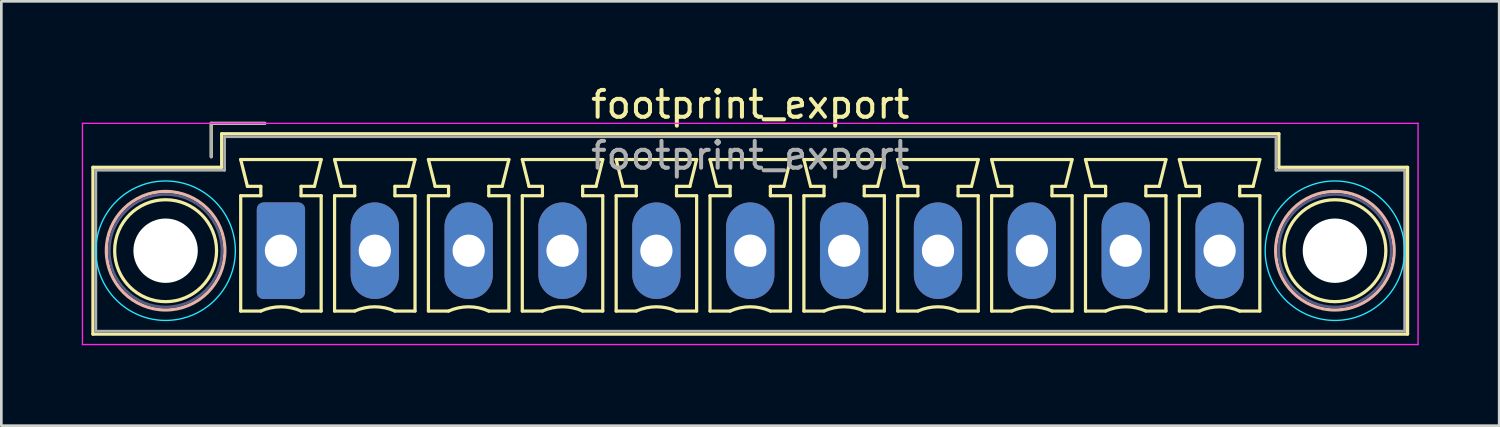
<source format=kicad_pcb>
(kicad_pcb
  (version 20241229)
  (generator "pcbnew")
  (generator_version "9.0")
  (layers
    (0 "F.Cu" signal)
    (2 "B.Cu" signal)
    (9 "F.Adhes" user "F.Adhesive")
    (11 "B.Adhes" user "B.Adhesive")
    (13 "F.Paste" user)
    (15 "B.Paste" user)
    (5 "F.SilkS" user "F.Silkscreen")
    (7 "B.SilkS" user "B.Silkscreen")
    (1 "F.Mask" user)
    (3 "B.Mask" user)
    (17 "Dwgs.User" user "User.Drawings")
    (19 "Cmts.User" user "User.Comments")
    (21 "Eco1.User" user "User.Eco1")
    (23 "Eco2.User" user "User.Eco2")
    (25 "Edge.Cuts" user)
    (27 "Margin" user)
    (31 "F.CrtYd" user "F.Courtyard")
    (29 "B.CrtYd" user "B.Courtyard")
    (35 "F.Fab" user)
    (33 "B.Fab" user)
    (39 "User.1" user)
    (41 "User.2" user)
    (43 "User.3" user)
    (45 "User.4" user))
  (footprint "footprint_export"
    (layer "F.Cu")
    (at 7.425 6.298)
    (property "Reference" "footprint_export" (at 17.5 -5.45 0) (layer "F.SilkS") (effects (font (size 1 1) (thickness 0.15))))
    (attr through_hole)
    (fp_line (start -7.01 -3.11) (end -7.01 3.11) (stroke (width 0.12) (type solid)) (layer "F.SilkS"))
    (fp_line (start -7.01 3.11) (end 42.01 3.11) (stroke (width 0.12) (type solid)) (layer "F.SilkS"))
    (fp_line (start -2.6 -4.75) (end -0.6 -4.75) (stroke (width 0.12) (type solid)) (layer "F.SilkS"))
    (fp_line (start -2.6 -3.5) (end -2.6 -4.75) (stroke (width 0.12) (type solid)) (layer "F.SilkS"))
    (fp_line (start -2.21 -4.36) (end -2.21 -3.11) (stroke (width 0.12) (type solid)) (layer "F.SilkS"))
    (fp_line (start -2.21 -3.11) (end -7.01 -3.11) (stroke (width 0.12) (type solid)) (layer "F.SilkS"))
    (fp_line (start -1.5 -3.4) (end 1.5 -3.4) (stroke (width 0.12) (type solid)) (layer "F.SilkS"))
    (fp_line (start -1.5 -2.05) (end -0.75 -2.05) (stroke (width 0.12) (type solid)) (layer "F.SilkS"))
    (fp_line (start -1.5 2.25) (end -1.5 -2.05) (stroke (width 0.12) (type solid)) (layer "F.SilkS"))
    (fp_line (start -1.25 -2.4) (end -1.5 -3.4) (stroke (width 0.12) (type solid)) (layer "F.SilkS"))
    (fp_line (start -0.75 -2.4) (end -1.25 -2.4) (stroke (width 0.12) (type solid)) (layer "F.SilkS"))
    (fp_line (start -0.75 -2.05) (end -0.75 -2.4) (stroke (width 0.12) (type solid)) (layer "F.SilkS"))
    (fp_line (start -0.75 2.25) (end -1.5 2.25) (stroke (width 0.12) (type solid)) (layer "F.SilkS"))
    (fp_line (start 0.75 -2.4) (end 0.75 -2.05) (stroke (width 0.12) (type solid)) (layer "F.SilkS"))
    (fp_line (start 0.75 -2.05) (end 1.5 -2.05) (stroke (width 0.12) (type solid)) (layer "F.SilkS"))
    (fp_line (start 1.25 -2.4) (end 0.75 -2.4) (stroke (width 0.12) (type solid)) (layer "F.SilkS"))
    (fp_line (start 1.5 -3.4) (end 1.25 -2.4) (stroke (width 0.12) (type solid)) (layer "F.SilkS"))
    (fp_line (start 1.5 -2.05) (end 1.5 2.25) (stroke (width 0.12) (type solid)) (layer "F.SilkS"))
    (fp_line (start 1.5 2.25) (end 0.75 2.25) (stroke (width 0.12) (type solid)) (layer "F.SilkS"))
    (fp_line (start 2 -3.4) (end 5 -3.4) (stroke (width 0.12) (type solid)) (layer "F.SilkS"))
    (fp_line (start 2 -2.05) (end 2.75 -2.05) (stroke (width 0.12) (type solid)) (layer "F.SilkS"))
    (fp_line (start 2 2.25) (end 2 -2.05) (stroke (width 0.12) (type solid)) (layer "F.SilkS"))
    (fp_line (start 2.25 -2.4) (end 2 -3.4) (stroke (width 0.12) (type solid)) (layer "F.SilkS"))
    (fp_line (start 2.75 -2.4) (end 2.25 -2.4) (stroke (width 0.12) (type solid)) (layer "F.SilkS"))
    (fp_line (start 2.75 -2.05) (end 2.75 -2.4) (stroke (width 0.12) (type solid)) (layer "F.SilkS"))
    (fp_line (start 2.75 2.25) (end 2 2.25) (stroke (width 0.12) (type solid)) (layer "F.SilkS"))
    (fp_line (start 4.25 -2.4) (end 4.25 -2.05) (stroke (width 0.12) (type solid)) (layer "F.SilkS"))
    (fp_line (start 4.25 -2.05) (end 5 -2.05) (stroke (width 0.12) (type solid)) (layer "F.SilkS"))
    (fp_line (start 4.75 -2.4) (end 4.25 -2.4) (stroke (width 0.12) (type solid)) (layer "F.SilkS"))
    (fp_line (start 5 -3.4) (end 4.75 -2.4) (stroke (width 0.12) (type solid)) (layer "F.SilkS"))
    (fp_line (start 5 -2.05) (end 5 2.25) (stroke (width 0.12) (type solid)) (layer "F.SilkS"))
    (fp_line (start 5 2.25) (end 4.25 2.25) (stroke (width 0.12) (type solid)) (layer "F.SilkS"))
    (fp_line (start 5.5 -3.4) (end 8.5 -3.4) (stroke (width 0.12) (type solid)) (layer "F.SilkS"))
    (fp_line (start 5.5 -2.05) (end 6.25 -2.05) (stroke (width 0.12) (type solid)) (layer "F.SilkS"))
    (fp_line (start 5.5 2.25) (end 5.5 -2.05) (stroke (width 0.12) (type solid)) (layer "F.SilkS"))
    (fp_line (start 5.75 -2.4) (end 5.5 -3.4) (stroke (width 0.12) (type solid)) (layer "F.SilkS"))
    (fp_line (start 6.25 -2.4) (end 5.75 -2.4) (stroke (width 0.12) (type solid)) (layer "F.SilkS"))
    (fp_line (start 6.25 -2.05) (end 6.25 -2.4) (stroke (width 0.12) (type solid)) (layer "F.SilkS"))
    (fp_line (start 6.25 2.25) (end 5.5 2.25) (stroke (width 0.12) (type solid)) (layer "F.SilkS"))
    (fp_line (start 7.75 -2.4) (end 7.75 -2.05) (stroke (width 0.12) (type solid)) (layer "F.SilkS"))
    (fp_line (start 7.75 -2.05) (end 8.5 -2.05) (stroke (width 0.12) (type solid)) (layer "F.SilkS"))
    (fp_line (start 8.25 -2.4) (end 7.75 -2.4) (stroke (width 0.12) (type solid)) (layer "F.SilkS"))
    (fp_line (start 8.5 -3.4) (end 8.25 -2.4) (stroke (width 0.12) (type solid)) (layer "F.SilkS"))
    (fp_line (start 8.5 -2.05) (end 8.5 2.25) (stroke (width 0.12) (type solid)) (layer "F.SilkS"))
    (fp_line (start 8.5 2.25) (end 7.75 2.25) (stroke (width 0.12) (type solid)) (layer "F.SilkS"))
    (fp_line (start 9 -3.4) (end 12 -3.4) (stroke (width 0.12) (type solid)) (layer "F.SilkS"))
    (fp_line (start 9 -2.05) (end 9.75 -2.05) (stroke (width 0.12) (type solid)) (layer "F.SilkS"))
    (fp_line (start 9 2.25) (end 9 -2.05) (stroke (width 0.12) (type solid)) (layer "F.SilkS"))
    (fp_line (start 9.25 -2.4) (end 9 -3.4) (stroke (width 0.12) (type solid)) (layer "F.SilkS"))
    (fp_line (start 9.75 -2.4) (end 9.25 -2.4) (stroke (width 0.12) (type solid)) (layer "F.SilkS"))
    (fp_line (start 9.75 -2.05) (end 9.75 -2.4) (stroke (width 0.12) (type solid)) (layer "F.SilkS"))
    (fp_line (start 9.75 2.25) (end 9 2.25) (stroke (width 0.12) (type solid)) (layer "F.SilkS"))
    (fp_line (start 11.25 -2.4) (end 11.25 -2.05) (stroke (width 0.12) (type solid)) (layer "F.SilkS"))
    (fp_line (start 11.25 -2.05) (end 12 -2.05) (stroke (width 0.12) (type solid)) (layer "F.SilkS"))
    (fp_line (start 11.75 -2.4) (end 11.25 -2.4) (stroke (width 0.12) (type solid)) (layer "F.SilkS"))
    (fp_line (start 12 -3.4) (end 11.75 -2.4) (stroke (width 0.12) (type solid)) (layer "F.SilkS"))
    (fp_line (start 12 -2.05) (end 12 2.25) (stroke (width 0.12) (type solid)) (layer "F.SilkS"))
    (fp_line (start 12 2.25) (end 11.25 2.25) (stroke (width 0.12) (type solid)) (layer "F.SilkS"))
    (fp_line (start 12.5 -3.4) (end 15.5 -3.4) (stroke (width 0.12) (type solid)) (layer "F.SilkS"))
    (fp_line (start 12.5 -2.05) (end 13.25 -2.05) (stroke (width 0.12) (type solid)) (layer "F.SilkS"))
    (fp_line (start 12.5 2.25) (end 12.5 -2.05) (stroke (width 0.12) (type solid)) (layer "F.SilkS"))
    (fp_line (start 12.75 -2.4) (end 12.5 -3.4) (stroke (width 0.12) (type solid)) (layer "F.SilkS"))
    (fp_line (start 13.25 -2.4) (end 12.75 -2.4) (stroke (width 0.12) (type solid)) (layer "F.SilkS"))
    (fp_line (start 13.25 -2.05) (end 13.25 -2.4) (stroke (width 0.12) (type solid)) (layer "F.SilkS"))
    (fp_line (start 13.25 2.25) (end 12.5 2.25) (stroke (width 0.12) (type solid)) (layer "F.SilkS"))
    (fp_line (start 14.75 -2.4) (end 14.75 -2.05) (stroke (width 0.12) (type solid)) (layer "F.SilkS"))
    (fp_line (start 14.75 -2.05) (end 15.5 -2.05) (stroke (width 0.12) (type solid)) (layer "F.SilkS"))
    (fp_line (start 15.25 -2.4) (end 14.75 -2.4) (stroke (width 0.12) (type solid)) (layer "F.SilkS"))
    (fp_line (start 15.5 -3.4) (end 15.25 -2.4) (stroke (width 0.12) (type solid)) (layer "F.SilkS"))
    (fp_line (start 15.5 -2.05) (end 15.5 2.25) (stroke (width 0.12) (type solid)) (layer "F.SilkS"))
    (fp_line (start 15.5 2.25) (end 14.75 2.25) (stroke (width 0.12) (type solid)) (layer "F.SilkS"))
    (fp_line (start 16 -3.4) (end 19 -3.4) (stroke (width 0.12) (type solid)) (layer "F.SilkS"))
    (fp_line (start 16 -2.05) (end 16.75 -2.05) (stroke (width 0.12) (type solid)) (layer "F.SilkS"))
    (fp_line (start 16 2.25) (end 16 -2.05) (stroke (width 0.12) (type solid)) (layer "F.SilkS"))
    (fp_line (start 16.25 -2.4) (end 16 -3.4) (stroke (width 0.12) (type solid)) (layer "F.SilkS"))
    (fp_line (start 16.75 -2.4) (end 16.25 -2.4) (stroke (width 0.12) (type solid)) (layer "F.SilkS"))
    (fp_line (start 16.75 -2.05) (end 16.75 -2.4) (stroke (width 0.12) (type solid)) (layer "F.SilkS"))
    (fp_line (start 16.75 2.25) (end 16 2.25) (stroke (width 0.12) (type solid)) (layer "F.SilkS"))
    (fp_line (start 18.25 -2.4) (end 18.25 -2.05) (stroke (width 0.12) (type solid)) (layer "F.SilkS"))
    (fp_line (start 18.25 -2.05) (end 19 -2.05) (stroke (width 0.12) (type solid)) (layer "F.SilkS"))
    (fp_line (start 18.75 -2.4) (end 18.25 -2.4) (stroke (width 0.12) (type solid)) (layer "F.SilkS"))
    (fp_line (start 19 -3.4) (end 18.75 -2.4) (stroke (width 0.12) (type solid)) (layer "F.SilkS"))
    (fp_line (start 19 -2.05) (end 19 2.25) (stroke (width 0.12) (type solid)) (layer "F.SilkS"))
    (fp_line (start 19 2.25) (end 18.25 2.25) (stroke (width 0.12) (type solid)) (layer "F.SilkS"))
    (fp_line (start 19.5 -3.4) (end 22.5 -3.4) (stroke (width 0.12) (type solid)) (layer "F.SilkS"))
    (fp_line (start 19.5 -2.05) (end 20.25 -2.05) (stroke (width 0.12) (type solid)) (layer "F.SilkS"))
    (fp_line (start 19.5 2.25) (end 19.5 -2.05) (stroke (width 0.12) (type solid)) (layer "F.SilkS"))
    (fp_line (start 19.75 -2.4) (end 19.5 -3.4) (stroke (width 0.12) (type solid)) (layer "F.SilkS"))
    (fp_line (start 20.25 -2.4) (end 19.75 -2.4) (stroke (width 0.12) (type solid)) (layer "F.SilkS"))
    (fp_line (start 20.25 -2.05) (end 20.25 -2.4) (stroke (width 0.12) (type solid)) (layer "F.SilkS"))
    (fp_line (start 20.25 2.25) (end 19.5 2.25) (stroke (width 0.12) (type solid)) (layer "F.SilkS"))
    (fp_line (start 21.75 -2.4) (end 21.75 -2.05) (stroke (width 0.12) (type solid)) (layer "F.SilkS"))
    (fp_line (start 21.75 -2.05) (end 22.5 -2.05) (stroke (width 0.12) (type solid)) (layer "F.SilkS"))
    (fp_line (start 22.25 -2.4) (end 21.75 -2.4) (stroke (width 0.12) (type solid)) (layer "F.SilkS"))
    (fp_line (start 22.5 -3.4) (end 22.25 -2.4) (stroke (width 0.12) (type solid)) (layer "F.SilkS"))
    (fp_line (start 22.5 -2.05) (end 22.5 2.25) (stroke (width 0.12) (type solid)) (layer "F.SilkS"))
    (fp_line (start 22.5 2.25) (end 21.75 2.25) (stroke (width 0.12) (type solid)) (layer "F.SilkS"))
    (fp_line (start 23 -3.4) (end 26 -3.4) (stroke (width 0.12) (type solid)) (layer "F.SilkS"))
    (fp_line (start 23 -2.05) (end 23.75 -2.05) (stroke (width 0.12) (type solid)) (layer "F.SilkS"))
    (fp_line (start 23 2.25) (end 23 -2.05) (stroke (width 0.12) (type solid)) (layer "F.SilkS"))
    (fp_line (start 23.25 -2.4) (end 23 -3.4) (stroke (width 0.12) (type solid)) (layer "F.SilkS"))
    (fp_line (start 23.75 -2.4) (end 23.25 -2.4) (stroke (width 0.12) (type solid)) (layer "F.SilkS"))
    (fp_line (start 23.75 -2.05) (end 23.75 -2.4) (stroke (width 0.12) (type solid)) (layer "F.SilkS"))
    (fp_line (start 23.75 2.25) (end 23 2.25) (stroke (width 0.12) (type solid)) (layer "F.SilkS"))
    (fp_line (start 25.25 -2.4) (end 25.25 -2.05) (stroke (width 0.12) (type solid)) (layer "F.SilkS"))
    (fp_line (start 25.25 -2.05) (end 26 -2.05) (stroke (width 0.12) (type solid)) (layer "F.SilkS"))
    (fp_line (start 25.75 -2.4) (end 25.25 -2.4) (stroke (width 0.12) (type solid)) (layer "F.SilkS"))
    (fp_line (start 26 -3.4) (end 25.75 -2.4) (stroke (width 0.12) (type solid)) (layer "F.SilkS"))
    (fp_line (start 26 -2.05) (end 26 2.25) (stroke (width 0.12) (type solid)) (layer "F.SilkS"))
    (fp_line (start 26 2.25) (end 25.25 2.25) (stroke (width 0.12) (type solid)) (layer "F.SilkS"))
    (fp_line (start 26.5 -3.4) (end 29.5 -3.4) (stroke (width 0.12) (type solid)) (layer "F.SilkS"))
    (fp_line (start 26.5 -2.05) (end 27.25 -2.05) (stroke (width 0.12) (type solid)) (layer "F.SilkS"))
    (fp_line (start 26.5 2.25) (end 26.5 -2.05) (stroke (width 0.12) (type solid)) (layer "F.SilkS"))
    (fp_line (start 26.75 -2.4) (end 26.5 -3.4) (stroke (width 0.12) (type solid)) (layer "F.SilkS"))
    (fp_line (start 27.25 -2.4) (end 26.75 -2.4) (stroke (width 0.12) (type solid)) (layer "F.SilkS"))
    (fp_line (start 27.25 -2.05) (end 27.25 -2.4) (stroke (width 0.12) (type solid)) (layer "F.SilkS"))
    (fp_line (start 27.25 2.25) (end 26.5 2.25) (stroke (width 0.12) (type solid)) (layer "F.SilkS"))
    (fp_line (start 28.75 -2.4) (end 28.75 -2.05) (stroke (width 0.12) (type solid)) (layer "F.SilkS"))
    (fp_line (start 28.75 -2.05) (end 29.5 -2.05) (stroke (width 0.12) (type solid)) (layer "F.SilkS"))
    (fp_line (start 29.25 -2.4) (end 28.75 -2.4) (stroke (width 0.12) (type solid)) (layer "F.SilkS"))
    (fp_line (start 29.5 -3.4) (end 29.25 -2.4) (stroke (width 0.12) (type solid)) (layer "F.SilkS"))
    (fp_line (start 29.5 -2.05) (end 29.5 2.25) (stroke (width 0.12) (type solid)) (layer "F.SilkS"))
    (fp_line (start 29.5 2.25) (end 28.75 2.25) (stroke (width 0.12) (type solid)) (layer "F.SilkS"))
    (fp_line (start 30 -3.4) (end 33 -3.4) (stroke (width 0.12) (type solid)) (layer "F.SilkS"))
    (fp_line (start 30 -2.05) (end 30.75 -2.05) (stroke (width 0.12) (type solid)) (layer "F.SilkS"))
    (fp_line (start 30 2.25) (end 30 -2.05) (stroke (width 0.12) (type solid)) (layer "F.SilkS"))
    (fp_line (start 30.25 -2.4) (end 30 -3.4) (stroke (width 0.12) (type solid)) (layer "F.SilkS"))
    (fp_line (start 30.75 -2.4) (end 30.25 -2.4) (stroke (width 0.12) (type solid)) (layer "F.SilkS"))
    (fp_line (start 30.75 -2.05) (end 30.75 -2.4) (stroke (width 0.12) (type solid)) (layer "F.SilkS"))
    (fp_line (start 30.75 2.25) (end 30 2.25) (stroke (width 0.12) (type solid)) (layer "F.SilkS"))
    (fp_line (start 32.25 -2.4) (end 32.25 -2.05) (stroke (width 0.12) (type solid)) (layer "F.SilkS"))
    (fp_line (start 32.25 -2.05) (end 33 -2.05) (stroke (width 0.12) (type solid)) (layer "F.SilkS"))
    (fp_line (start 32.75 -2.4) (end 32.25 -2.4) (stroke (width 0.12) (type solid)) (layer "F.SilkS"))
    (fp_line (start 33 -3.4) (end 32.75 -2.4) (stroke (width 0.12) (type solid)) (layer "F.SilkS"))
    (fp_line (start 33 -2.05) (end 33 2.25) (stroke (width 0.12) (type solid)) (layer "F.SilkS"))
    (fp_line (start 33 2.25) (end 32.25 2.25) (stroke (width 0.12) (type solid)) (layer "F.SilkS"))
    (fp_line (start 33.5 -3.4) (end 36.5 -3.4) (stroke (width 0.12) (type solid)) (layer "F.SilkS"))
    (fp_line (start 33.5 -2.05) (end 34.25 -2.05) (stroke (width 0.12) (type solid)) (layer "F.SilkS"))
    (fp_line (start 33.5 2.25) (end 33.5 -2.05) (stroke (width 0.12) (type solid)) (layer "F.SilkS"))
    (fp_line (start 33.75 -2.4) (end 33.5 -3.4) (stroke (width 0.12) (type solid)) (layer "F.SilkS"))
    (fp_line (start 34.25 -2.4) (end 33.75 -2.4) (stroke (width 0.12) (type solid)) (layer "F.SilkS"))
    (fp_line (start 34.25 -2.05) (end 34.25 -2.4) (stroke (width 0.12) (type solid)) (layer "F.SilkS"))
    (fp_line (start 34.25 2.25) (end 33.5 2.25) (stroke (width 0.12) (type solid)) (layer "F.SilkS"))
    (fp_line (start 35.75 -2.4) (end 35.75 -2.05) (stroke (width 0.12) (type solid)) (layer "F.SilkS"))
    (fp_line (start 35.75 -2.05) (end 36.5 -2.05) (stroke (width 0.12) (type solid)) (layer "F.SilkS"))
    (fp_line (start 36.25 -2.4) (end 35.75 -2.4) (stroke (width 0.12) (type solid)) (layer "F.SilkS"))
    (fp_line (start 36.5 -3.4) (end 36.25 -2.4) (stroke (width 0.12) (type solid)) (layer "F.SilkS"))
    (fp_line (start 36.5 -2.05) (end 36.5 2.25) (stroke (width 0.12) (type solid)) (layer "F.SilkS"))
    (fp_line (start 36.5 2.25) (end 35.75 2.25) (stroke (width 0.12) (type solid)) (layer "F.SilkS"))
    (fp_line (start 37.21 -4.36) (end -2.21 -4.36) (stroke (width 0.12) (type solid)) (layer "F.SilkS"))
    (fp_line (start 37.21 -3.11) (end 37.21 -4.36) (stroke (width 0.12) (type solid)) (layer "F.SilkS"))
    (fp_line (start 42.01 -3.11) (end 37.21 -3.11) (stroke (width 0.12) (type solid)) (layer "F.SilkS"))
    (fp_line (start 42.01 3.11) (end 42.01 -3.11) (stroke (width 0.12) (type solid)) (layer "F.SilkS"))
    (fp_arc (start -0.75 2.25) (mid -0.000193 2.09191) (end 0.749647 2.249844) (stroke (width 0.12) (type solid)) (layer "F.SilkS"))
    (fp_arc (start 2.75 2.25) (mid 3.499807 2.09191) (end 4.249647 2.249844) (stroke (width 0.12) (type solid)) (layer "F.SilkS"))
    (fp_arc (start 6.25 2.25) (mid 6.999807 2.09191) (end 7.749647 2.249844) (stroke (width 0.12) (type solid)) (layer "F.SilkS"))
    (fp_arc (start 9.75 2.25) (mid 10.499807 2.09191) (end 11.249647 2.249844) (stroke (width 0.12) (type solid)) (layer "F.SilkS"))
    (fp_arc (start 13.25 2.25) (mid 13.999807 2.09191) (end 14.749647 2.249844) (stroke (width 0.12) (type solid)) (layer "F.SilkS"))
    (fp_arc (start 16.75 2.25) (mid 17.499807 2.09191) (end 18.249647 2.249844) (stroke (width 0.12) (type solid)) (layer "F.SilkS"))
    (fp_arc (start 20.25 2.25) (mid 20.999807 2.09191) (end 21.749647 2.249844) (stroke (width 0.12) (type solid)) (layer "F.SilkS"))
    (fp_arc (start 23.75 2.25) (mid 24.499807 2.09191) (end 25.249647 2.249844) (stroke (width 0.12) (type solid)) (layer "F.SilkS"))
    (fp_arc (start 27.25 2.25) (mid 27.999807 2.09191) (end 28.749647 2.249844) (stroke (width 0.12) (type solid)) (layer "F.SilkS"))
    (fp_arc (start 30.75 2.25) (mid 31.499807 2.09191) (end 32.249647 2.249844) (stroke (width 0.12) (type solid)) (layer "F.SilkS"))
    (fp_arc (start 34.25 2.25) (mid 34.999807 2.09191) (end 35.749647 2.249844) (stroke (width 0.12) (type solid)) (layer "F.SilkS"))
    (fp_circle (center -4.3 0) (end -2.4 0) (stroke (width 0.12) (type solid)) (fill no) (layer "F.SilkS"))
    (fp_circle (center 39.3 0) (end 41.2 0) (stroke (width 0.12) (type solid)) (fill no) (layer "F.SilkS"))
    (fp_circle (center -4.3 0) (end -2.09 0) (stroke (width 0.12) (type solid)) (fill no) (layer "B.SilkS"))
    (fp_circle (center 39.3 0) (end 41.51 0) (stroke (width 0.12) (type solid)) (fill no) (layer "B.SilkS"))
    (fp_circle (center -4.3 0) (end -1.7 0) (stroke (width 0.05) (type solid)) (fill no) (layer "B.CrtYd"))
    (fp_circle (center 39.3 0) (end 41.9 0) (stroke (width 0.05) (type solid)) (fill no) (layer "B.CrtYd"))
    (fp_line (start -7.4 -4.75) (end -7.4 3.5) (stroke (width 0.05) (type solid)) (layer "F.CrtYd"))
    (fp_line (start -7.4 3.5) (end 42.4 3.5) (stroke (width 0.05) (type solid)) (layer "F.CrtYd"))
    (fp_line (start 42.4 -4.75) (end -7.4 -4.75) (stroke (width 0.05) (type solid)) (layer "F.CrtYd"))
    (fp_line (start 42.4 3.5) (end 42.4 -4.75) (stroke (width 0.05) (type solid)) (layer "F.CrtYd"))
    (fp_circle (center -4.3 0) (end -2.2 0) (stroke (width 0.1) (type solid)) (fill no) (layer "B.Fab"))
    (fp_circle (center 39.3 0) (end 41.4 0) (stroke (width 0.1) (type solid)) (fill no) (layer "B.Fab"))
    (fp_line (start -6.9 -3) (end -6.9 3) (stroke (width 0.1) (type solid)) (layer "F.Fab"))
    (fp_line (start -6.9 3) (end 41.9 3) (stroke (width 0.1) (type solid)) (layer "F.Fab"))
    (fp_line (start -2.6 -4.75) (end -0.6 -4.75) (stroke (width 0.1) (type solid)) (layer "F.Fab"))
    (fp_line (start -2.6 -3.5) (end -2.6 -4.75) (stroke (width 0.1) (type solid)) (layer "F.Fab"))
    (fp_line (start -2.1 -4.25) (end -2.1 -3) (stroke (width 0.1) (type solid)) (layer "F.Fab"))
    (fp_line (start -2.1 -3) (end -6.9 -3) (stroke (width 0.1) (type solid)) (layer "F.Fab"))
    (fp_line (start 37.1 -4.25) (end -2.1 -4.25) (stroke (width 0.1) (type solid)) (layer "F.Fab"))
    (fp_line (start 37.1 -3) (end 37.1 -4.25) (stroke (width 0.1) (type solid)) (layer "F.Fab"))
    (fp_line (start 41.9 -3) (end 37.1 -3) (stroke (width 0.1) (type solid)) (layer "F.Fab"))
    (fp_line (start 41.9 3) (end 41.9 -3) (stroke (width 0.1) (type solid)) (layer "F.Fab"))
    (fp_text user "${REFERENCE}" (at 17.5 -3.55 0) (layer "F.Fab") (effects (font (size 1 1) (thickness 0.15))))
    (pad "" np_thru_hole circle (at -4.3 0) (size 2.4 2.4) (drill 2.4) (layers "*.Cu" "*.Mask"))
    (pad "" np_thru_hole circle (at 39.3 0) (size 2.4 2.4) (drill 2.4) (layers "*.Cu" "*.Mask"))
    (pad "1" thru_hole roundrect (at 0 0) (size 1.8 3.6) (drill 1.2) (layers "*.Cu" "*.Mask") (roundrect_rratio 0.139))
    (pad "2" thru_hole oval (at 3.5 0) (size 1.8 3.6) (drill 1.2) (layers "*.Cu" "*.Mask"))
    (pad "3" thru_hole oval (at 7 0) (size 1.8 3.6) (drill 1.2) (layers "*.Cu" "*.Mask"))
    (pad "4" thru_hole oval (at 10.5 0) (size 1.8 3.6) (drill 1.2) (layers "*.Cu" "*.Mask"))
    (pad "5" thru_hole oval (at 14 0) (size 1.8 3.6) (drill 1.2) (layers "*.Cu" "*.Mask"))
    (pad "6" thru_hole oval (at 17.5 0) (size 1.8 3.6) (drill 1.2) (layers "*.Cu" "*.Mask"))
    (pad "7" thru_hole oval (at 21 0) (size 1.8 3.6) (drill 1.2) (layers "*.Cu" "*.Mask"))
    (pad "8" thru_hole oval (at 24.5 0) (size 1.8 3.6) (drill 1.2) (layers "*.Cu" "*.Mask"))
    (pad "9" thru_hole oval (at 28 0) (size 1.8 3.6) (drill 1.2) (layers "*.Cu" "*.Mask"))
    (pad "10" thru_hole oval (at 31.5 0) (size 1.8 3.6) (drill 1.2) (layers "*.Cu" "*.Mask"))
    (pad "11" thru_hole oval (at 35 0) (size 1.8 3.6) (drill 1.2) (layers "*.Cu" "*.Mask")))
  (gr_rect
    (start -3 -3)
    (end 52.85 12.823)
    (stroke (width 0.1) (type default))
    (fill no)
    (layer "Edge.Cuts")))
</source>
